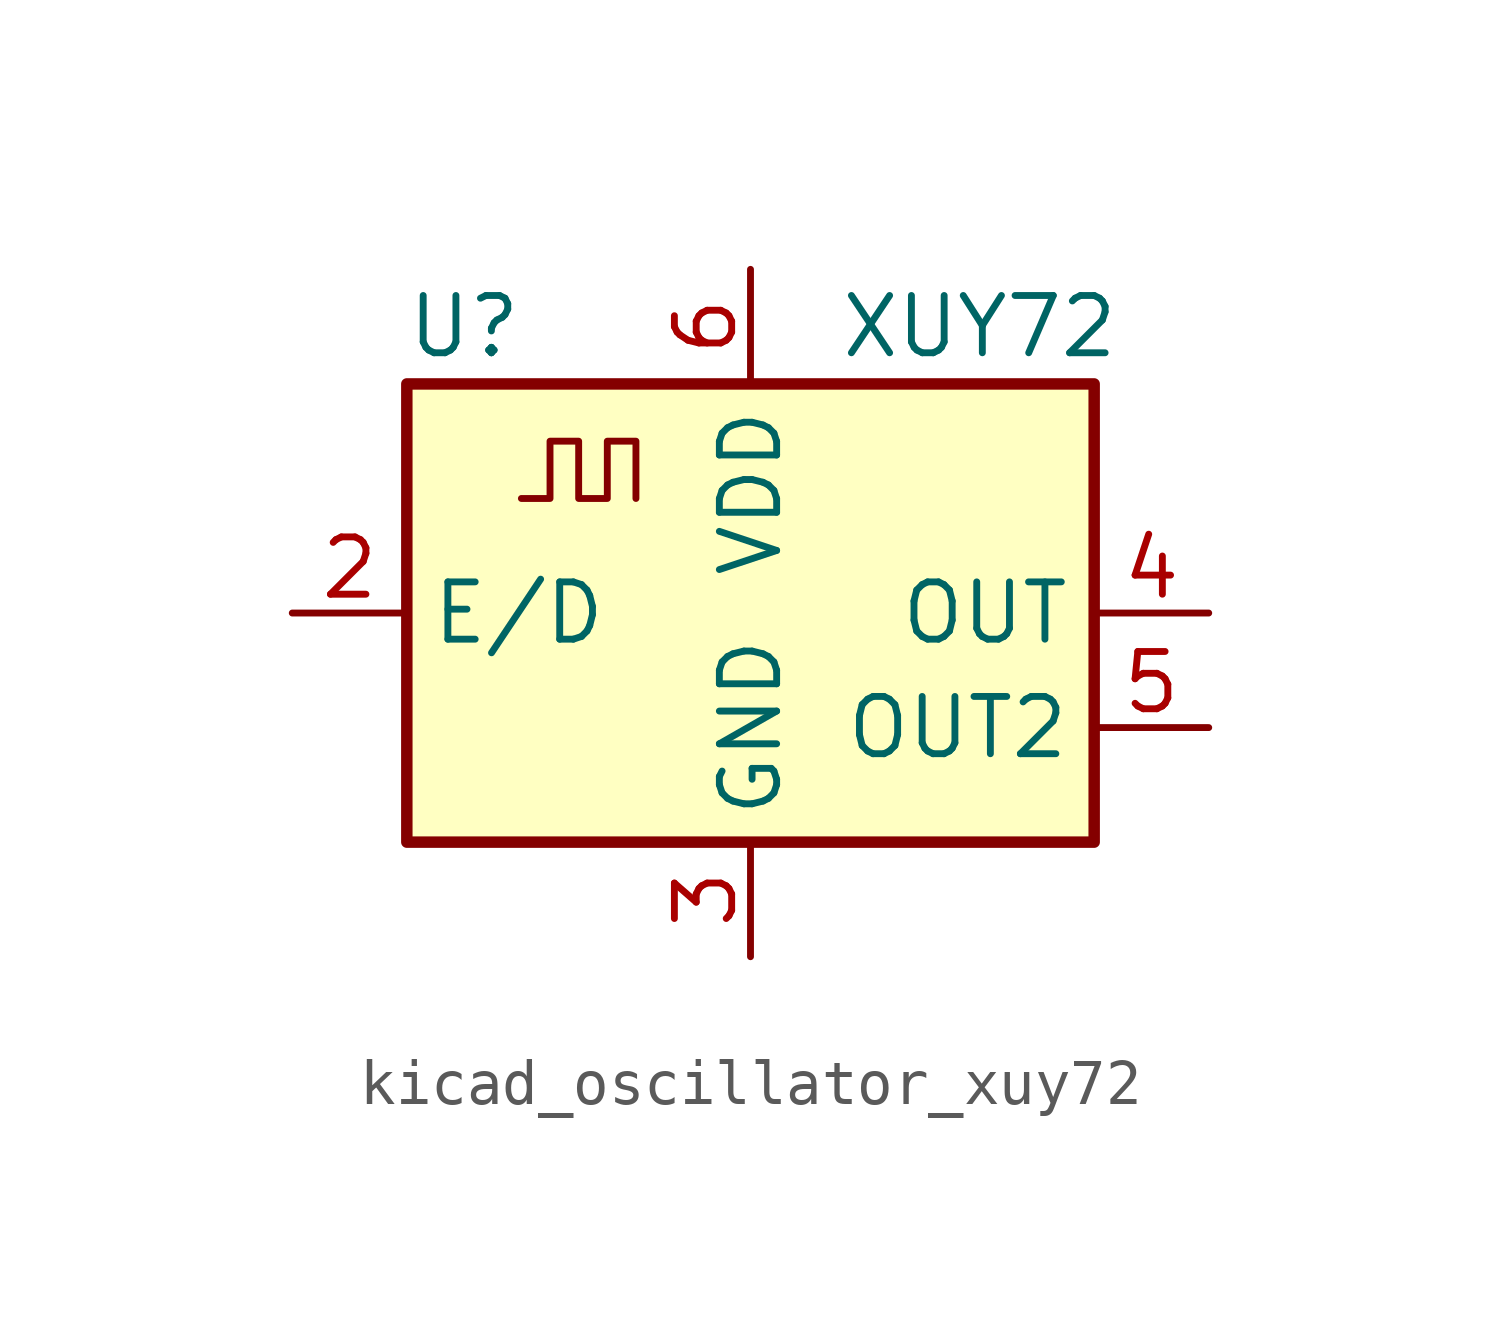
<source format=kicad_sym>
(kicad_symbol_lib
  (version 20220914)
  (generator kicad_symbol_editor)
  (symbol "kicad_oscillator_xuy72"
    (property "Reference" "U"
      (at -6.35 6.35 0)
      (effects (font (size 1.27 1.27))))
    (property "Value" "XUY72"
      (at 5.08 6.35 0)
      (effects (font (size 1.27 1.27))))
    (symbol "kicad_oscillator_xuy72_0_1"
      (rectangle (start -7.62 5.08) (end 7.62 -5.08) (stroke (width 0.254) (type default)) (fill (type background))))
    (symbol "kicad_oscillator_xuy72_1_1"
      (polyline (pts (xy -5.08 2.54) (xy -4.445 2.54) (xy -4.445 3.81) (xy -3.81 3.81) (xy -3.81 2.54) (xy -3.175 2.54) (xy -3.175 3.81) (xy -2.54 3.81) (xy -2.54 2.54)) (stroke (width 0) (type default)) (fill (type none)))
      (pin no_connect line (at -7.62 -2.54 0) (length 2.54) hide (name "NC" (effects (font (size 1.27 1.27)))) (number "1" (effects (font (size 1.27 1.27)))))
      (pin input line (at -10.16 0 0) (length 2.54) (name "E/D" (effects (font (size 1.27 1.27)))) (number "2" (effects (font (size 1.27 1.27)))))
      (pin power_in line (at 0 -7.62 90) (length 2.54) (name "GND" (effects (font (size 1.27 1.27)))) (number "3" (effects (font (size 1.27 1.27)))))
      (pin output line (at 10.16 0 180) (length 2.54) (name "OUT" (effects (font (size 1.27 1.27)))) (number "4" (effects (font (size 1.27 1.27)))))
      (pin output line (at 10.16 -2.54 180) (length 2.54) (name "OUT2" (effects (font (size 1.27 1.27)))) (number "5" (effects (font (size 1.27 1.27)))))
      (pin power_in line (at 0 7.62 270) (length 2.54) (name "VDD" (effects (font (size 1.27 1.27)))) (number "6" (effects (font (size 1.27 1.27))))))))
</source>
